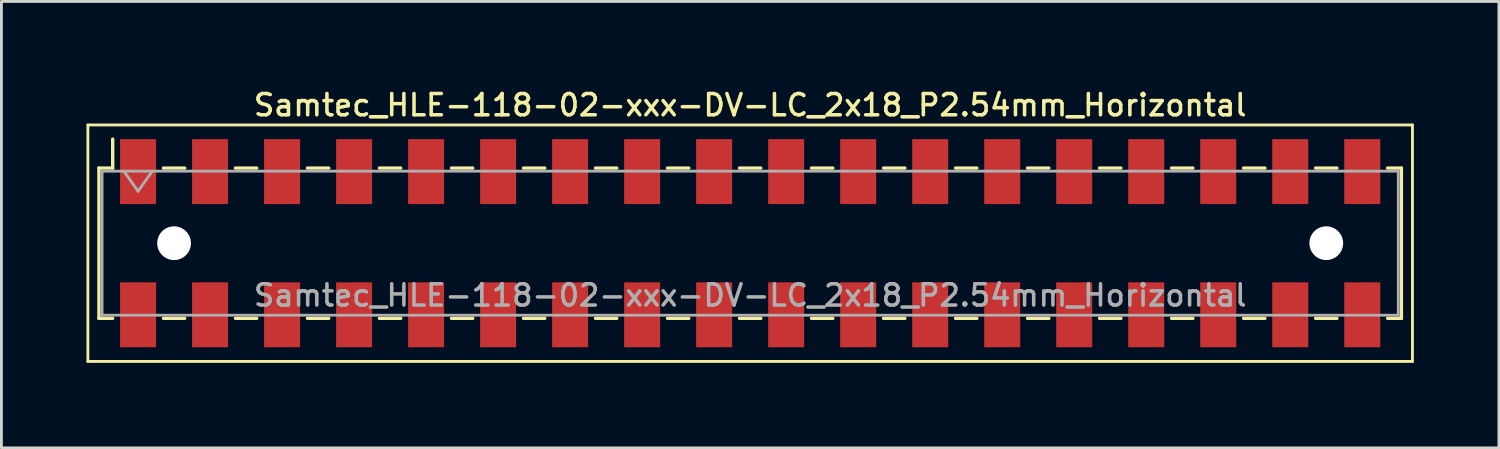
<source format=kicad_pcb>
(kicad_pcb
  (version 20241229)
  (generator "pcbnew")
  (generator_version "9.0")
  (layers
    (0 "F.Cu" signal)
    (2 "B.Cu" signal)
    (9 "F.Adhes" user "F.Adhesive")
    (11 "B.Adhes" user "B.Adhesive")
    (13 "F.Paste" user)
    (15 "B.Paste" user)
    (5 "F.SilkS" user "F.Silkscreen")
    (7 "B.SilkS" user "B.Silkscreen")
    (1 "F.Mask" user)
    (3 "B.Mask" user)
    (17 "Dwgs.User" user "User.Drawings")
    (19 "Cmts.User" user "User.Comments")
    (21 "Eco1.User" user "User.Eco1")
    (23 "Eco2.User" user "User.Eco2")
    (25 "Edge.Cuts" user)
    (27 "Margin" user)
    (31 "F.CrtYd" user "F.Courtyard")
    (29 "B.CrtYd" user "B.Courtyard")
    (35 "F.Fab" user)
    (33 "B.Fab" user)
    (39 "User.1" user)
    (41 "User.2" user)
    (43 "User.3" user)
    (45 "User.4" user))
  (footprint "Samtec_HLE-118-02-xxx-DV-LC_2x18_P2.54mm_Horizontal"
    (layer "F.Cu")
    (at 23.41 5.528)
    (property "Reference" "Samtec_HLE-118-02-xxx-DV-LC_2x18_P2.54mm_Horizontal" (at 0 -4.87 0) (layer "F.SilkS") (effects (font (size 0.75 0.75) (thickness 0.125))))
    (attr smd)
    (fp_line (start -23.36 -4.17) (end 23.36 -4.17) (stroke (width 0.1) (type solid)) (layer "F.SilkS"))
    (fp_line (start -23.36 4.17) (end -23.36 -4.17) (stroke (width 0.1) (type solid)) (layer "F.SilkS"))
    (fp_line (start -22.97 -2.65) (end -22.97 2.65) (stroke (width 0.12) (type solid)) (layer "F.SilkS"))
    (fp_line (start -22.97 2.65) (end -22.485 2.65) (stroke (width 0.12) (type solid)) (layer "F.SilkS"))
    (fp_line (start -22.485 -3.67) (end -22.485 -2.65) (stroke (width 0.12) (type solid)) (layer "F.SilkS"))
    (fp_line (start -22.485 -2.65) (end -22.97 -2.65) (stroke (width 0.12) (type solid)) (layer "F.SilkS"))
    (fp_line (start -20.695 -2.65) (end -19.945 -2.65) (stroke (width 0.12) (type solid)) (layer "F.SilkS"))
    (fp_line (start -20.695 2.65) (end -19.945 2.65) (stroke (width 0.12) (type solid)) (layer "F.SilkS"))
    (fp_line (start -18.155 -2.65) (end -17.405 -2.65) (stroke (width 0.12) (type solid)) (layer "F.SilkS"))
    (fp_line (start -18.155 2.65) (end -17.405 2.65) (stroke (width 0.12) (type solid)) (layer "F.SilkS"))
    (fp_line (start -15.615 -2.65) (end -14.865 -2.65) (stroke (width 0.12) (type solid)) (layer "F.SilkS"))
    (fp_line (start -15.615 2.65) (end -14.865 2.65) (stroke (width 0.12) (type solid)) (layer "F.SilkS"))
    (fp_line (start -13.075 -2.65) (end -12.325 -2.65) (stroke (width 0.12) (type solid)) (layer "F.SilkS"))
    (fp_line (start -13.075 2.65) (end -12.325 2.65) (stroke (width 0.12) (type solid)) (layer "F.SilkS"))
    (fp_line (start -10.535 -2.65) (end -9.785 -2.65) (stroke (width 0.12) (type solid)) (layer "F.SilkS"))
    (fp_line (start -10.535 2.65) (end -9.785 2.65) (stroke (width 0.12) (type solid)) (layer "F.SilkS"))
    (fp_line (start -7.995 -2.65) (end -7.245 -2.65) (stroke (width 0.12) (type solid)) (layer "F.SilkS"))
    (fp_line (start -7.995 2.65) (end -7.245 2.65) (stroke (width 0.12) (type solid)) (layer "F.SilkS"))
    (fp_line (start -5.455 -2.65) (end -4.705 -2.65) (stroke (width 0.12) (type solid)) (layer "F.SilkS"))
    (fp_line (start -5.455 2.65) (end -4.705 2.65) (stroke (width 0.12) (type solid)) (layer "F.SilkS"))
    (fp_line (start -2.915 -2.65) (end -2.165 -2.65) (stroke (width 0.12) (type solid)) (layer "F.SilkS"))
    (fp_line (start -2.915 2.65) (end -2.165 2.65) (stroke (width 0.12) (type solid)) (layer "F.SilkS"))
    (fp_line (start -0.375 -2.65) (end 0.375 -2.65) (stroke (width 0.12) (type solid)) (layer "F.SilkS"))
    (fp_line (start -0.375 2.65) (end 0.375 2.65) (stroke (width 0.12) (type solid)) (layer "F.SilkS"))
    (fp_line (start 2.165 -2.65) (end 2.915 -2.65) (stroke (width 0.12) (type solid)) (layer "F.SilkS"))
    (fp_line (start 2.165 2.65) (end 2.915 2.65) (stroke (width 0.12) (type solid)) (layer "F.SilkS"))
    (fp_line (start 4.705 -2.65) (end 5.455 -2.65) (stroke (width 0.12) (type solid)) (layer "F.SilkS"))
    (fp_line (start 4.705 2.65) (end 5.455 2.65) (stroke (width 0.12) (type solid)) (layer "F.SilkS"))
    (fp_line (start 7.245 -2.65) (end 7.995 -2.65) (stroke (width 0.12) (type solid)) (layer "F.SilkS"))
    (fp_line (start 7.245 2.65) (end 7.995 2.65) (stroke (width 0.12) (type solid)) (layer "F.SilkS"))
    (fp_line (start 9.785 -2.65) (end 10.535 -2.65) (stroke (width 0.12) (type solid)) (layer "F.SilkS"))
    (fp_line (start 9.785 2.65) (end 10.535 2.65) (stroke (width 0.12) (type solid)) (layer "F.SilkS"))
    (fp_line (start 12.325 -2.65) (end 13.075 -2.65) (stroke (width 0.12) (type solid)) (layer "F.SilkS"))
    (fp_line (start 12.325 2.65) (end 13.075 2.65) (stroke (width 0.12) (type solid)) (layer "F.SilkS"))
    (fp_line (start 14.865 -2.65) (end 15.615 -2.65) (stroke (width 0.12) (type solid)) (layer "F.SilkS"))
    (fp_line (start 14.865 2.65) (end 15.615 2.65) (stroke (width 0.12) (type solid)) (layer "F.SilkS"))
    (fp_line (start 17.405 -2.65) (end 18.155 -2.65) (stroke (width 0.12) (type solid)) (layer "F.SilkS"))
    (fp_line (start 17.405 2.65) (end 18.155 2.65) (stroke (width 0.12) (type solid)) (layer "F.SilkS"))
    (fp_line (start 19.945 -2.65) (end 20.695 -2.65) (stroke (width 0.12) (type solid)) (layer "F.SilkS"))
    (fp_line (start 19.945 2.65) (end 20.695 2.65) (stroke (width 0.12) (type solid)) (layer "F.SilkS"))
    (fp_line (start 22.485 -2.65) (end 22.97 -2.65) (stroke (width 0.12) (type solid)) (layer "F.SilkS"))
    (fp_line (start 22.97 -2.65) (end 22.97 2.65) (stroke (width 0.12) (type solid)) (layer "F.SilkS"))
    (fp_line (start 22.97 2.65) (end 22.485 2.65) (stroke (width 0.12) (type solid)) (layer "F.SilkS"))
    (fp_line (start 23.36 -4.17) (end 23.36 4.17) (stroke (width 0.1) (type solid)) (layer "F.SilkS"))
    (fp_line (start 23.36 4.17) (end -23.36 4.17) (stroke (width 0.1) (type solid)) (layer "F.SilkS"))
    (fp_line (start -22.86 -2.54) (end 22.86 -2.54) (stroke (width 0.1) (type solid)) (layer "F.Fab"))
    (fp_line (start -22.86 2.54) (end -22.86 -2.54) (stroke (width 0.1) (type solid)) (layer "F.Fab"))
    (fp_line (start -22.09 -2.54) (end -21.59 -1.833) (stroke (width 0.1) (type solid)) (layer "F.Fab"))
    (fp_line (start -21.59 -1.833) (end -21.09 -2.54) (stroke (width 0.1) (type solid)) (layer "F.Fab"))
    (fp_line (start 22.86 -2.54) (end 22.86 2.54) (stroke (width 0.1) (type solid)) (layer "F.Fab"))
    (fp_line (start 22.86 2.54) (end -22.86 2.54) (stroke (width 0.1) (type solid)) (layer "F.Fab"))
    (fp_text user "${REFERENCE}" (at 0 1.84 0) (layer "F.Fab") (effects (font (size 0.75 0.75) (thickness 0.125))))
    (pad "" np_thru_hole circle (at -20.32 0) (size 1.19 1.19) (drill 1.19) (layers "*.Cu" "*.Mask"))
    (pad "" np_thru_hole circle (at 20.32 0) (size 1.19 1.19) (drill 1.19) (layers "*.Cu" "*.Mask"))
    (pad "1" smd rect (at -21.59 -2.525) (size 1.27 2.29) (layers "F.Cu" "F.Mask" "F.Paste"))
    (pad "2" smd rect (at -21.59 2.525) (size 1.27 2.29) (layers "F.Cu" "F.Mask" "F.Paste"))
    (pad "3" smd rect (at -19.05 -2.525) (size 1.27 2.29) (layers "F.Cu" "F.Mask" "F.Paste"))
    (pad "4" smd rect (at -19.05 2.525) (size 1.27 2.29) (layers "F.Cu" "F.Mask" "F.Paste"))
    (pad "5" smd rect (at -16.51 -2.525) (size 1.27 2.29) (layers "F.Cu" "F.Mask" "F.Paste"))
    (pad "6" smd rect (at -16.51 2.525) (size 1.27 2.29) (layers "F.Cu" "F.Mask" "F.Paste"))
    (pad "7" smd rect (at -13.97 -2.525) (size 1.27 2.29) (layers "F.Cu" "F.Mask" "F.Paste"))
    (pad "8" smd rect (at -13.97 2.525) (size 1.27 2.29) (layers "F.Cu" "F.Mask" "F.Paste"))
    (pad "9" smd rect (at -11.43 -2.525) (size 1.27 2.29) (layers "F.Cu" "F.Mask" "F.Paste"))
    (pad "10" smd rect (at -11.43 2.525) (size 1.27 2.29) (layers "F.Cu" "F.Mask" "F.Paste"))
    (pad "11" smd rect (at -8.89 -2.525) (size 1.27 2.29) (layers "F.Cu" "F.Mask" "F.Paste"))
    (pad "12" smd rect (at -8.89 2.525) (size 1.27 2.29) (layers "F.Cu" "F.Mask" "F.Paste"))
    (pad "13" smd rect (at -6.35 -2.525) (size 1.27 2.29) (layers "F.Cu" "F.Mask" "F.Paste"))
    (pad "14" smd rect (at -6.35 2.525) (size 1.27 2.29) (layers "F.Cu" "F.Mask" "F.Paste"))
    (pad "15" smd rect (at -3.81 -2.525) (size 1.27 2.29) (layers "F.Cu" "F.Mask" "F.Paste"))
    (pad "16" smd rect (at -3.81 2.525) (size 1.27 2.29) (layers "F.Cu" "F.Mask" "F.Paste"))
    (pad "17" smd rect (at -1.27 -2.525) (size 1.27 2.29) (layers "F.Cu" "F.Mask" "F.Paste"))
    (pad "18" smd rect (at -1.27 2.525) (size 1.27 2.29) (layers "F.Cu" "F.Mask" "F.Paste"))
    (pad "19" smd rect (at 1.27 -2.525) (size 1.27 2.29) (layers "F.Cu" "F.Mask" "F.Paste"))
    (pad "20" smd rect (at 1.27 2.525) (size 1.27 2.29) (layers "F.Cu" "F.Mask" "F.Paste"))
    (pad "21" smd rect (at 3.81 -2.525) (size 1.27 2.29) (layers "F.Cu" "F.Mask" "F.Paste"))
    (pad "22" smd rect (at 3.81 2.525) (size 1.27 2.29) (layers "F.Cu" "F.Mask" "F.Paste"))
    (pad "23" smd rect (at 6.35 -2.525) (size 1.27 2.29) (layers "F.Cu" "F.Mask" "F.Paste"))
    (pad "24" smd rect (at 6.35 2.525) (size 1.27 2.29) (layers "F.Cu" "F.Mask" "F.Paste"))
    (pad "25" smd rect (at 8.89 -2.525) (size 1.27 2.29) (layers "F.Cu" "F.Mask" "F.Paste"))
    (pad "26" smd rect (at 8.89 2.525) (size 1.27 2.29) (layers "F.Cu" "F.Mask" "F.Paste"))
    (pad "27" smd rect (at 11.43 -2.525) (size 1.27 2.29) (layers "F.Cu" "F.Mask" "F.Paste"))
    (pad "28" smd rect (at 11.43 2.525) (size 1.27 2.29) (layers "F.Cu" "F.Mask" "F.Paste"))
    (pad "29" smd rect (at 13.97 -2.525) (size 1.27 2.29) (layers "F.Cu" "F.Mask" "F.Paste"))
    (pad "30" smd rect (at 13.97 2.525) (size 1.27 2.29) (layers "F.Cu" "F.Mask" "F.Paste"))
    (pad "31" smd rect (at 16.51 -2.525) (size 1.27 2.29) (layers "F.Cu" "F.Mask" "F.Paste"))
    (pad "32" smd rect (at 16.51 2.525) (size 1.27 2.29) (layers "F.Cu" "F.Mask" "F.Paste"))
    (pad "33" smd rect (at 19.05 -2.525) (size 1.27 2.29) (layers "F.Cu" "F.Mask" "F.Paste"))
    (pad "34" smd rect (at 19.05 2.525) (size 1.27 2.29) (layers "F.Cu" "F.Mask" "F.Paste"))
    (pad "35" smd rect (at 21.59 -2.525) (size 1.27 2.29) (layers "F.Cu" "F.Mask" "F.Paste"))
    (pad "36" smd rect (at 21.59 2.525) (size 1.27 2.29) (layers "F.Cu" "F.Mask" "F.Paste")))
  (gr_rect
    (start -3 -3)
    (end 49.82 12.748)
    (stroke (width 0.1) (type default))
    (fill no)
    (layer "Edge.Cuts")))
</source>
